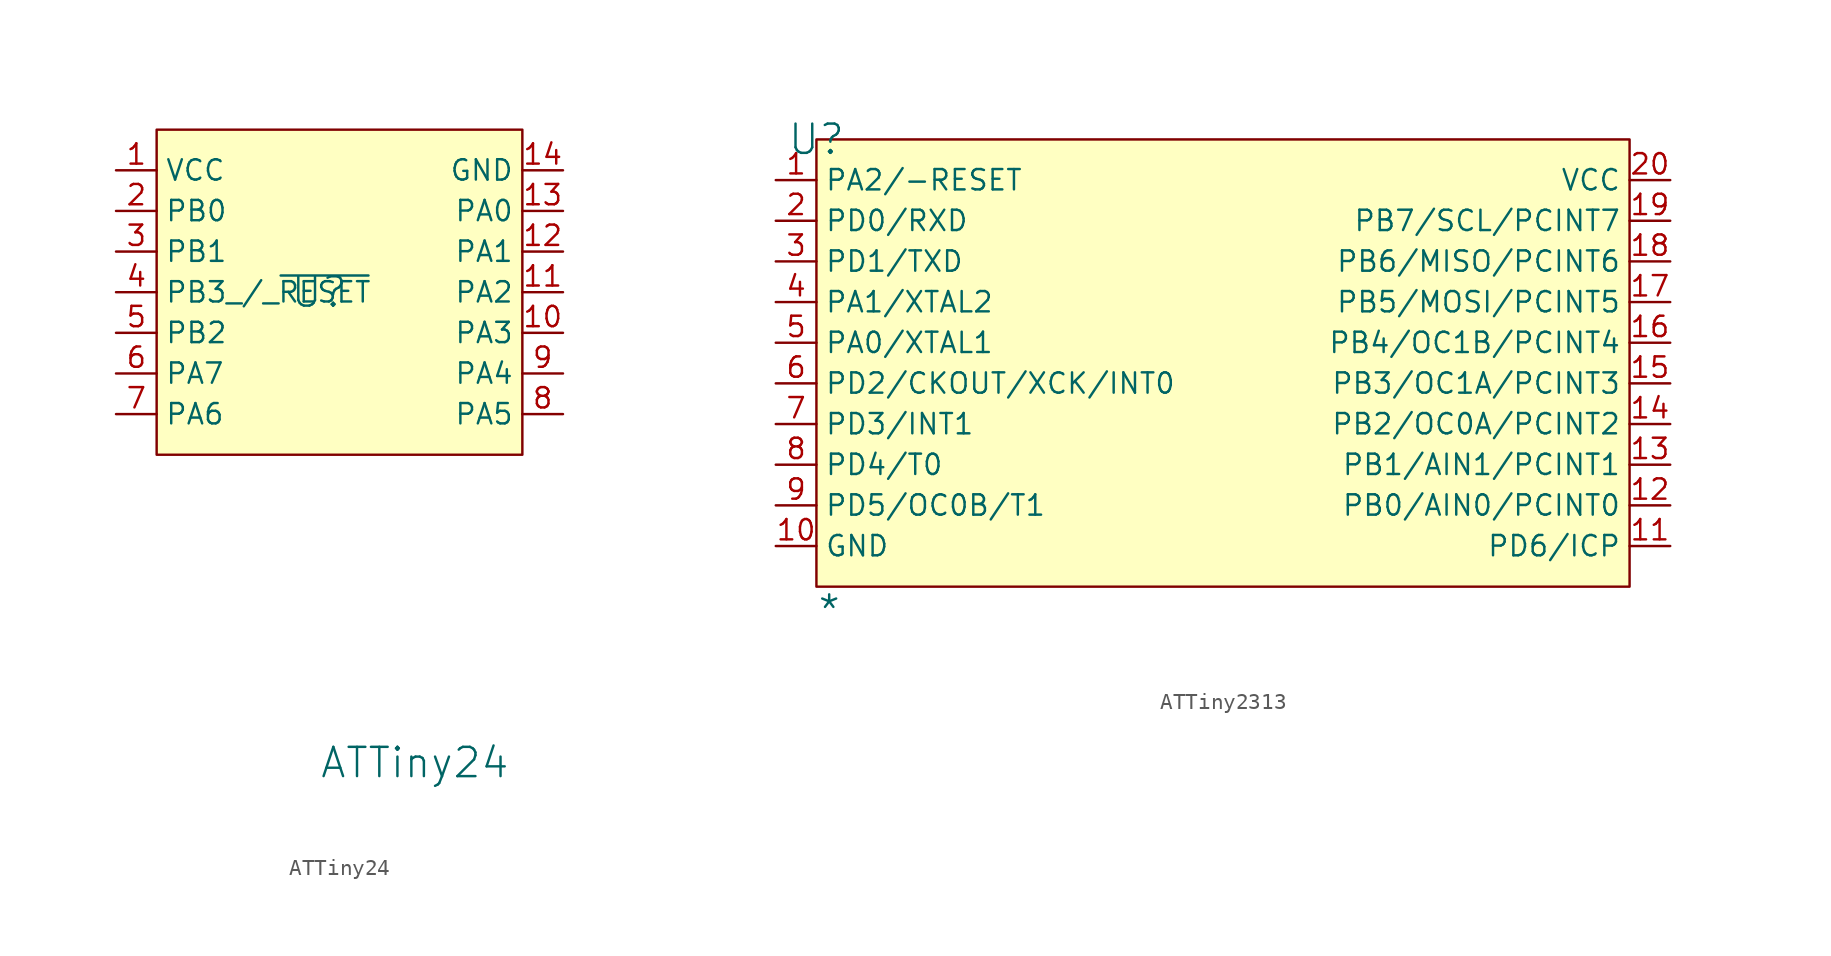
<source format=kicad_sym>
(kicad_symbol_lib
  (version 20241209)
  (generator "kicad_symbol_editor")
  (generator_version "9.0")
  (symbol "ATTiny24"
    (property "Reference" "U"
      (at 0 0 0)
      (effects (font (size 1.829 1.829))))
    (property "Value" "ATTiny24"
      (at 0 -30.48 0)
      (effects (font (size 1.829 1.829)) (justify left bottom)))
    (symbol "ATTiny24_1_0"
      (rectangle (start 12.7 10.16) (end -10.16 -10.16) (stroke (width 0) (type solid) (color 128 0 0 1)) (fill (type background)))
      (pin passive line (at -12.7 7.62 0) (length 2.54) (name "VCC" (effects (font (size 1.27 1.27)))) (number "1" (effects (font (size 1.27 1.27)))))
      (pin passive line (at -12.7 5.08 0) (length 2.54) (name "PB0" (effects (font (size 1.27 1.27)))) (number "2" (effects (font (size 1.27 1.27)))))
      (pin passive line (at -12.7 2.54 0) (length 2.54) (name "PB1" (effects (font (size 1.27 1.27)))) (number "3" (effects (font (size 1.27 1.27)))))
      (pin passive line (at -12.7 0 0) (length 2.54) (name "PB3_/_~{RESET}" (effects (font (size 1.27 1.27)))) (number "4" (effects (font (size 1.27 1.27)))))
      (pin passive line (at -12.7 -2.54 0) (length 2.54) (name "PB2" (effects (font (size 1.27 1.27)))) (number "5" (effects (font (size 1.27 1.27)))))
      (pin passive line (at -12.7 -5.08 0) (length 2.54) (name "PA7" (effects (font (size 1.27 1.27)))) (number "6" (effects (font (size 1.27 1.27)))))
      (pin passive line (at -12.7 -7.62 0) (length 2.54) (name "PA6" (effects (font (size 1.27 1.27)))) (number "7" (effects (font (size 1.27 1.27)))))
      (pin passive line (at 15.24 7.62 180) (length 2.54) (name "GND" (effects (font (size 1.27 1.27)))) (number "14" (effects (font (size 1.27 1.27)))))
      (pin passive line (at 15.24 5.08 180) (length 2.54) (name "PA0" (effects (font (size 1.27 1.27)))) (number "13" (effects (font (size 1.27 1.27)))))
      (pin passive line (at 15.24 2.54 180) (length 2.54) (name "PA1" (effects (font (size 1.27 1.27)))) (number "12" (effects (font (size 1.27 1.27)))))
      (pin passive line (at 15.24 0 180) (length 2.54) (name "PA2" (effects (font (size 1.27 1.27)))) (number "11" (effects (font (size 1.27 1.27)))))
      (pin passive line (at 15.24 -2.54 180) (length 2.54) (name "PA3" (effects (font (size 1.27 1.27)))) (number "10" (effects (font (size 1.27 1.27)))))
      (pin passive line (at 15.24 -5.08 180) (length 2.54) (name "PA4" (effects (font (size 1.27 1.27)))) (number "9" (effects (font (size 1.27 1.27)))))
      (pin passive line (at 15.24 -7.62 180) (length 2.54) (name "PA5" (effects (font (size 1.27 1.27)))) (number "8" (effects (font (size 1.27 1.27)))))))
  (symbol "ATTiny2313"
    (property "Reference" "U"
      (at 0 0 0)
      (effects (font (size 1.829 1.829))))
    (property "Value" "*"
      (at 0 -30.48 0)
      (effects (font (size 1.829 1.829)) (justify left bottom)))
    (symbol "ATTiny2313_1_0"
      (rectangle (start 50.8 0) (end 0 -27.94) (stroke (width 0) (type solid) (color 128 0 0 1)) (fill (type background)))
      (pin passive line (at -2.54 -2.54 0) (length 2.54) (name "PA2/-RESET" (effects (font (size 1.27 1.27)))) (number "1" (effects (font (size 1.27 1.27)))))
      (pin passive line (at -2.54 -5.08 0) (length 2.54) (name "PD0/RXD" (effects (font (size 1.27 1.27)))) (number "2" (effects (font (size 1.27 1.27)))))
      (pin passive line (at -2.54 -7.62 0) (length 2.54) (name "PD1/TXD" (effects (font (size 1.27 1.27)))) (number "3" (effects (font (size 1.27 1.27)))))
      (pin passive line (at -2.54 -10.16 0) (length 2.54) (name "PA1/XTAL2" (effects (font (size 1.27 1.27)))) (number "4" (effects (font (size 1.27 1.27)))))
      (pin passive line (at -2.54 -12.7 0) (length 2.54) (name "PA0/XTAL1" (effects (font (size 1.27 1.27)))) (number "5" (effects (font (size 1.27 1.27)))))
      (pin passive line (at -2.54 -15.24 0) (length 2.54) (name "PD2/CKOUT/XCK/INT0" (effects (font (size 1.27 1.27)))) (number "6" (effects (font (size 1.27 1.27)))))
      (pin passive line (at -2.54 -17.78 0) (length 2.54) (name "PD3/INT1" (effects (font (size 1.27 1.27)))) (number "7" (effects (font (size 1.27 1.27)))))
      (pin passive line (at -2.54 -20.32 0) (length 2.54) (name "PD4/T0" (effects (font (size 1.27 1.27)))) (number "8" (effects (font (size 1.27 1.27)))))
      (pin passive line (at -2.54 -22.86 0) (length 2.54) (name "PD5/OC0B/T1" (effects (font (size 1.27 1.27)))) (number "9" (effects (font (size 1.27 1.27)))))
      (pin passive line (at -2.54 -25.4 0) (length 2.54) (name "GND" (effects (font (size 1.27 1.27)))) (number "10" (effects (font (size 1.27 1.27)))))
      (pin passive line (at 53.34 -2.54 180) (length 2.54) (name "VCC" (effects (font (size 1.27 1.27)))) (number "20" (effects (font (size 1.27 1.27)))))
      (pin passive line (at 53.34 -5.08 180) (length 2.54) (name "PB7/SCL/PCINT7" (effects (font (size 1.27 1.27)))) (number "19" (effects (font (size 1.27 1.27)))))
      (pin passive line (at 53.34 -7.62 180) (length 2.54) (name "PB6/MISO/PCINT6" (effects (font (size 1.27 1.27)))) (number "18" (effects (font (size 1.27 1.27)))))
      (pin passive line (at 53.34 -10.16 180) (length 2.54) (name "PB5/MOSI/PCINT5" (effects (font (size 1.27 1.27)))) (number "17" (effects (font (size 1.27 1.27)))))
      (pin passive line (at 53.34 -12.7 180) (length 2.54) (name "PB4/OC1B/PCINT4" (effects (font (size 1.27 1.27)))) (number "16" (effects (font (size 1.27 1.27)))))
      (pin passive line (at 53.34 -15.24 180) (length 2.54) (name "PB3/OC1A/PCINT3" (effects (font (size 1.27 1.27)))) (number "15" (effects (font (size 1.27 1.27)))))
      (pin passive line (at 53.34 -17.78 180) (length 2.54) (name "PB2/OC0A/PCINT2" (effects (font (size 1.27 1.27)))) (number "14" (effects (font (size 1.27 1.27)))))
      (pin passive line (at 53.34 -20.32 180) (length 2.54) (name "PB1/AIN1/PCINT1" (effects (font (size 1.27 1.27)))) (number "13" (effects (font (size 1.27 1.27)))))
      (pin passive line (at 53.34 -22.86 180) (length 2.54) (name "PB0/AIN0/PCINT0" (effects (font (size 1.27 1.27)))) (number "12" (effects (font (size 1.27 1.27)))))
      (pin passive line (at 53.34 -25.4 180) (length 2.54) (name "PD6/ICP" (effects (font (size 1.27 1.27)))) (number "11" (effects (font (size 1.27 1.27))))))))
</source>
